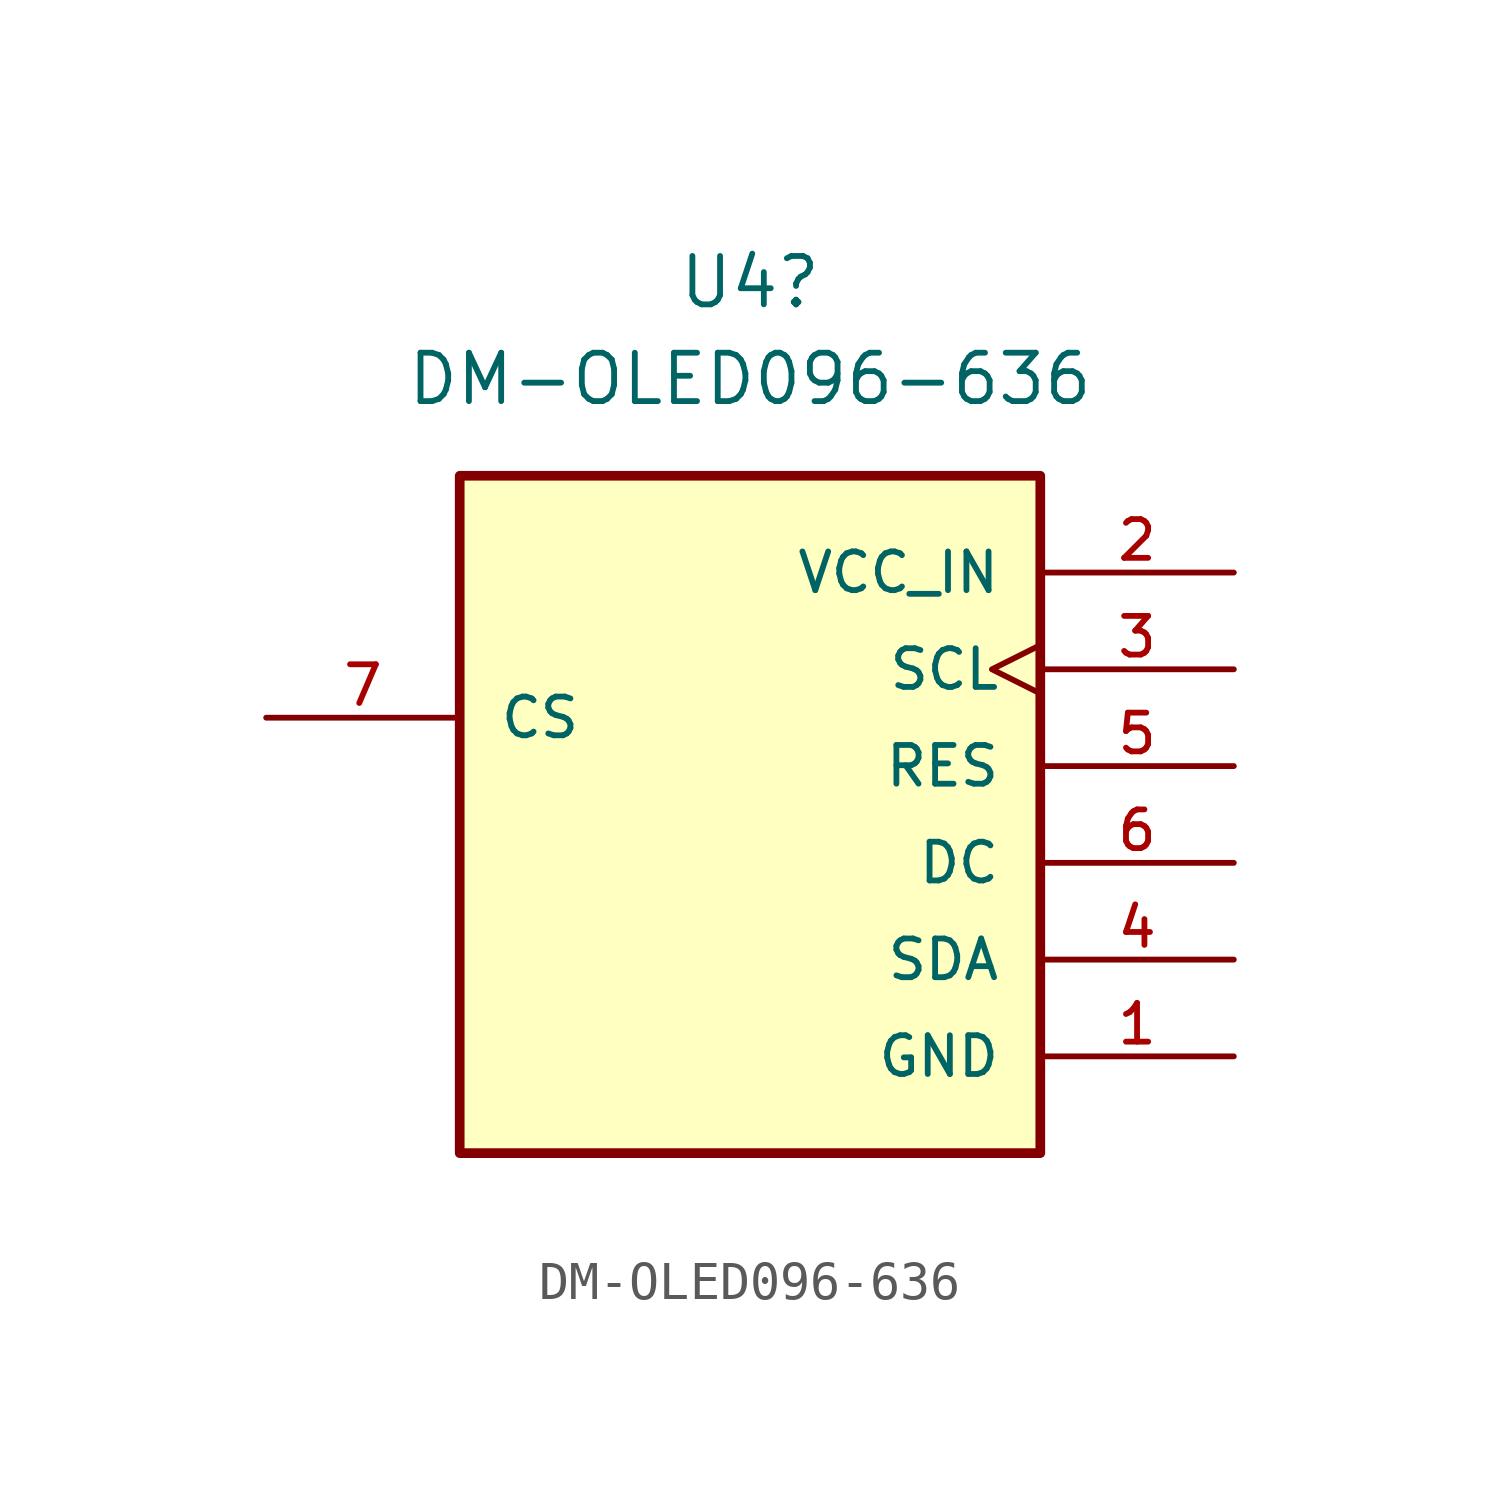
<source format=kicad_sym>
(kicad_symbol_lib
  (version 20241209)
  (generator "kicad_symbol_editor")
  (generator_version "9.0")
  (symbol "DM-OLED096-636"
    (pin_names
      (offset 1.016))
    (property "Reference" "U4"
      (at 0 25.4 0)
      (effects (font (size 1.27 1.27))))
    (property "Value" "DM-OLED096-636"
      (at 0 22.86 0)
      (effects (font (size 1.27 1.27))))
    (symbol "DM-OLED096-636_0_0"
      (rectangle (start -7.62 20.32) (end 7.62 2.54) (stroke (width 0.254) (type default)) (fill (type background)))
      (pin power_in line (at 12.7 17.78 180) (length 5.08) (name "VCC_IN" (effects (font (size 1.016 1.016)))) (number "2" (effects (font (size 1.016 1.016)))))
      (pin bidirectional line (at 12.7 7.62 180) (length 5.08) (name "SDA" (effects (font (size 1.016 1.016)))) (number "4" (effects (font (size 1.016 1.016)))))
      (pin power_in line (at 12.7 5.08 180) (length 5.08) (name "GND" (effects (font (size 1.016 1.016)))) (number "1" (effects (font (size 1.016 1.016))))))
    (symbol "DM-OLED096-636_1_0"
      (pin input line (at -12.7 13.97 0) (length 5.08) (name "CS" (effects (font (size 1.016 1.016)))) (number "7" (effects (font (size 1.016 1.016)))))
      (pin input clock (at 12.7 15.24 180) (length 5.08) (name "SCL" (effects (font (size 1.016 1.016)))) (number "3" (effects (font (size 1.016 1.016)))))
      (pin input line (at 12.7 12.7 180) (length 5.08) (name "RES" (effects (font (size 1.016 1.016)))) (number "5" (effects (font (size 1.016 1.016)))))
      (pin output line (at 12.7 10.16 180) (length 5.08) (name "DC" (effects (font (size 1.016 1.016)))) (number "6" (effects (font (size 1.016 1.016))))))))
</source>
